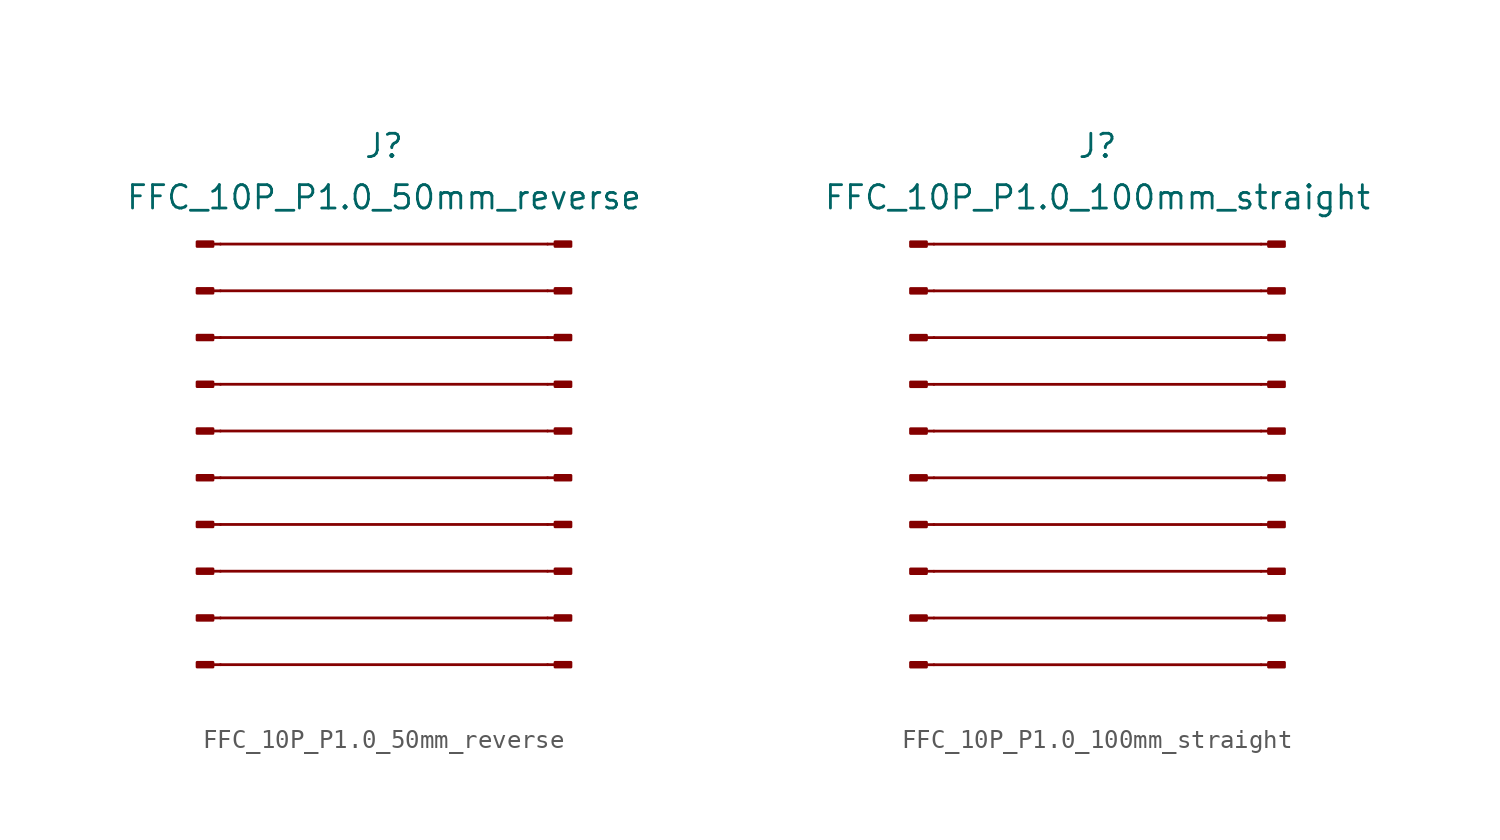
<source format=kicad_sym>
(kicad_symbol_lib
  (version 20231120)
  (generator "kicad_symbol_editor")
  (generator_version "8.0")
  (symbol "FFC_10P_P1.0_50mm_reverse"
    (property "Reference" "J"
      (at 0 2.794 0)
      (effects (font (size 1.27 1.27))))
    (property "Value" "FFC_10P_P1.0_50mm_reverse"
      (at 0 0 0)
      (effects (font (size 1.27 1.27))))
    (symbol "FFC_10P_P1.0_50mm_reverse_0_1"
      (polyline (pts (xy -8.89 -25.4) (xy 8.89 -25.4)) (stroke (width 0) (type default)) (fill (type none)))
      (polyline (pts (xy -8.89 -22.86) (xy 8.89 -22.86)) (stroke (width 0) (type default)) (fill (type none)))
      (polyline (pts (xy -8.89 -20.32) (xy 8.89 -20.32)) (stroke (width 0) (type default)) (fill (type none)))
      (polyline (pts (xy -8.89 -17.78) (xy 8.89 -17.78)) (stroke (width 0) (type default)) (fill (type none)))
      (polyline (pts (xy -8.89 -15.24) (xy 8.89 -15.24)) (stroke (width 0) (type default)) (fill (type none)))
      (polyline (pts (xy -8.89 -12.7) (xy 8.89 -12.7)) (stroke (width 0) (type default)) (fill (type none)))
      (polyline (pts (xy -8.89 -10.16) (xy 8.89 -10.16)) (stroke (width 0) (type default)) (fill (type none)))
      (polyline (pts (xy -8.89 -7.62) (xy 8.89 -7.62)) (stroke (width 0) (type default)) (fill (type none)))
      (polyline (pts (xy -8.89 -5.08) (xy 8.89 -5.08)) (stroke (width 0) (type default)) (fill (type none)))
      (polyline (pts (xy -8.89 -2.54) (xy 8.89 -2.54)) (stroke (width 0) (type default)) (fill (type none))))
    (symbol "FFC_10P_P1.0_50mm_reverse_1_1"
      (rectangle (start -10.16 -25.273) (end -9.296 -25.527) (stroke (width 0.152) (type default)) (fill (type outline)))
      (rectangle (start -10.16 -22.733) (end -9.296 -22.987) (stroke (width 0.152) (type default)) (fill (type outline)))
      (rectangle (start -10.16 -20.193) (end -9.296 -20.447) (stroke (width 0.152) (type default)) (fill (type outline)))
      (rectangle (start -10.16 -17.653) (end -9.296 -17.907) (stroke (width 0.152) (type default)) (fill (type outline)))
      (rectangle (start -10.16 -15.113) (end -9.296 -15.367) (stroke (width 0.152) (type default)) (fill (type outline)))
      (rectangle (start -10.16 -12.573) (end -9.296 -12.827) (stroke (width 0.152) (type default)) (fill (type outline)))
      (rectangle (start -10.16 -10.033) (end -9.296 -10.287) (stroke (width 0.152) (type default)) (fill (type outline)))
      (rectangle (start -10.16 -7.493) (end -9.296 -7.747) (stroke (width 0.152) (type default)) (fill (type outline)))
      (rectangle (start -10.16 -4.953) (end -9.296 -5.207) (stroke (width 0.152) (type default)) (fill (type outline)))
      (rectangle (start -10.16 -2.413) (end -9.296 -2.667) (stroke (width 0.152) (type default)) (fill (type outline)))
      (polyline (pts (xy -8.89 -25.4) (xy -9.296 -25.4)) (stroke (width 0.152) (type default)) (fill (type none)))
      (polyline (pts (xy -8.89 -22.86) (xy -9.296 -22.86)) (stroke (width 0.152) (type default)) (fill (type none)))
      (polyline (pts (xy -8.89 -20.32) (xy -9.296 -20.32)) (stroke (width 0.152) (type default)) (fill (type none)))
      (polyline (pts (xy -8.89 -17.78) (xy -9.296 -17.78)) (stroke (width 0.152) (type default)) (fill (type none)))
      (polyline (pts (xy -8.89 -15.24) (xy -9.296 -15.24)) (stroke (width 0.152) (type default)) (fill (type none)))
      (polyline (pts (xy -8.89 -12.7) (xy -9.296 -12.7)) (stroke (width 0.152) (type default)) (fill (type none)))
      (polyline (pts (xy -8.89 -10.16) (xy -9.296 -10.16)) (stroke (width 0.152) (type default)) (fill (type none)))
      (polyline (pts (xy -8.89 -7.62) (xy -9.296 -7.62)) (stroke (width 0.152) (type default)) (fill (type none)))
      (polyline (pts (xy -8.89 -5.08) (xy -9.296 -5.08)) (stroke (width 0.152) (type default)) (fill (type none)))
      (polyline (pts (xy -8.89 -2.54) (xy -9.296 -2.54)) (stroke (width 0.152) (type default)) (fill (type none)))
      (polyline (pts (xy 8.89 -25.4) (xy 9.296 -25.4)) (stroke (width 0.152) (type default)) (fill (type none)))
      (polyline (pts (xy 8.89 -22.86) (xy 9.296 -22.86)) (stroke (width 0.152) (type default)) (fill (type none)))
      (polyline (pts (xy 8.89 -20.32) (xy 9.296 -20.32)) (stroke (width 0.152) (type default)) (fill (type none)))
      (polyline (pts (xy 8.89 -17.78) (xy 9.296 -17.78)) (stroke (width 0.152) (type default)) (fill (type none)))
      (polyline (pts (xy 8.89 -15.24) (xy 9.296 -15.24)) (stroke (width 0.152) (type default)) (fill (type none)))
      (polyline (pts (xy 8.89 -12.7) (xy 9.296 -12.7)) (stroke (width 0.152) (type default)) (fill (type none)))
      (polyline (pts (xy 8.89 -10.16) (xy 9.296 -10.16)) (stroke (width 0.152) (type default)) (fill (type none)))
      (polyline (pts (xy 8.89 -7.62) (xy 9.296 -7.62)) (stroke (width 0.152) (type default)) (fill (type none)))
      (polyline (pts (xy 8.89 -5.08) (xy 9.296 -5.08)) (stroke (width 0.152) (type default)) (fill (type none)))
      (polyline (pts (xy 8.89 -2.54) (xy 9.296 -2.54)) (stroke (width 0.152) (type default)) (fill (type none)))
      (rectangle (start 9.296 -25.273) (end 10.16 -25.527) (stroke (width 0.152) (type default)) (fill (type outline)))
      (rectangle (start 9.296 -22.733) (end 10.16 -22.987) (stroke (width 0.152) (type default)) (fill (type outline)))
      (rectangle (start 9.296 -20.193) (end 10.16 -20.447) (stroke (width 0.152) (type default)) (fill (type outline)))
      (rectangle (start 9.296 -17.653) (end 10.16 -17.907) (stroke (width 0.152) (type default)) (fill (type outline)))
      (rectangle (start 9.296 -15.113) (end 10.16 -15.367) (stroke (width 0.152) (type default)) (fill (type outline)))
      (rectangle (start 9.296 -12.573) (end 10.16 -12.827) (stroke (width 0.152) (type default)) (fill (type outline)))
      (rectangle (start 9.296 -10.033) (end 10.16 -10.287) (stroke (width 0.152) (type default)) (fill (type outline)))
      (rectangle (start 9.296 -7.493) (end 10.16 -7.747) (stroke (width 0.152) (type default)) (fill (type outline)))
      (rectangle (start 9.296 -4.953) (end 10.16 -5.207) (stroke (width 0.152) (type default)) (fill (type outline)))
      (rectangle (start 9.296 -2.413) (end 10.16 -2.667) (stroke (width 0.152) (type default)) (fill (type outline)))))
  (symbol "FFC_10P_P1.0_100mm_straight"
    (property "Reference" "J"
      (at 0 2.794 0)
      (effects (font (size 1.27 1.27))))
    (property "Value" "FFC_10P_P1.0_100mm_straight"
      (at 0 0 0)
      (effects (font (size 1.27 1.27))))
    (symbol "FFC_10P_P1.0_100mm_straight_0_1"
      (polyline (pts (xy -8.89 -25.4) (xy 8.89 -25.4)) (stroke (width 0) (type default)) (fill (type none)))
      (polyline (pts (xy -8.89 -22.86) (xy 8.89 -22.86)) (stroke (width 0) (type default)) (fill (type none)))
      (polyline (pts (xy -8.89 -20.32) (xy 8.89 -20.32)) (stroke (width 0) (type default)) (fill (type none)))
      (polyline (pts (xy -8.89 -17.78) (xy 8.89 -17.78)) (stroke (width 0) (type default)) (fill (type none)))
      (polyline (pts (xy -8.89 -15.24) (xy 8.89 -15.24)) (stroke (width 0) (type default)) (fill (type none)))
      (polyline (pts (xy -8.89 -12.7) (xy 8.89 -12.7)) (stroke (width 0) (type default)) (fill (type none)))
      (polyline (pts (xy -8.89 -10.16) (xy 8.89 -10.16)) (stroke (width 0) (type default)) (fill (type none)))
      (polyline (pts (xy -8.89 -7.62) (xy 8.89 -7.62)) (stroke (width 0) (type default)) (fill (type none)))
      (polyline (pts (xy -8.89 -5.08) (xy 8.89 -5.08)) (stroke (width 0) (type default)) (fill (type none)))
      (polyline (pts (xy -8.89 -2.54) (xy 8.89 -2.54)) (stroke (width 0) (type default)) (fill (type none))))
    (symbol "FFC_10P_P1.0_100mm_straight_1_1"
      (rectangle (start -10.16 -25.273) (end -9.296 -25.527) (stroke (width 0.152) (type default)) (fill (type outline)))
      (rectangle (start -10.16 -22.733) (end -9.296 -22.987) (stroke (width 0.152) (type default)) (fill (type outline)))
      (rectangle (start -10.16 -20.193) (end -9.296 -20.447) (stroke (width 0.152) (type default)) (fill (type outline)))
      (rectangle (start -10.16 -17.653) (end -9.296 -17.907) (stroke (width 0.152) (type default)) (fill (type outline)))
      (rectangle (start -10.16 -15.113) (end -9.296 -15.367) (stroke (width 0.152) (type default)) (fill (type outline)))
      (rectangle (start -10.16 -12.573) (end -9.296 -12.827) (stroke (width 0.152) (type default)) (fill (type outline)))
      (rectangle (start -10.16 -10.033) (end -9.296 -10.287) (stroke (width 0.152) (type default)) (fill (type outline)))
      (rectangle (start -10.16 -7.493) (end -9.296 -7.747) (stroke (width 0.152) (type default)) (fill (type outline)))
      (rectangle (start -10.16 -4.953) (end -9.296 -5.207) (stroke (width 0.152) (type default)) (fill (type outline)))
      (rectangle (start -10.16 -2.413) (end -9.296 -2.667) (stroke (width 0.152) (type default)) (fill (type outline)))
      (polyline (pts (xy -8.89 -25.4) (xy -9.296 -25.4)) (stroke (width 0.152) (type default)) (fill (type none)))
      (polyline (pts (xy -8.89 -22.86) (xy -9.296 -22.86)) (stroke (width 0.152) (type default)) (fill (type none)))
      (polyline (pts (xy -8.89 -20.32) (xy -9.296 -20.32)) (stroke (width 0.152) (type default)) (fill (type none)))
      (polyline (pts (xy -8.89 -17.78) (xy -9.296 -17.78)) (stroke (width 0.152) (type default)) (fill (type none)))
      (polyline (pts (xy -8.89 -15.24) (xy -9.296 -15.24)) (stroke (width 0.152) (type default)) (fill (type none)))
      (polyline (pts (xy -8.89 -12.7) (xy -9.296 -12.7)) (stroke (width 0.152) (type default)) (fill (type none)))
      (polyline (pts (xy -8.89 -10.16) (xy -9.296 -10.16)) (stroke (width 0.152) (type default)) (fill (type none)))
      (polyline (pts (xy -8.89 -7.62) (xy -9.296 -7.62)) (stroke (width 0.152) (type default)) (fill (type none)))
      (polyline (pts (xy -8.89 -5.08) (xy -9.296 -5.08)) (stroke (width 0.152) (type default)) (fill (type none)))
      (polyline (pts (xy -8.89 -2.54) (xy -9.296 -2.54)) (stroke (width 0.152) (type default)) (fill (type none)))
      (polyline (pts (xy 8.89 -25.4) (xy 9.296 -25.4)) (stroke (width 0.152) (type default)) (fill (type none)))
      (polyline (pts (xy 8.89 -22.86) (xy 9.296 -22.86)) (stroke (width 0.152) (type default)) (fill (type none)))
      (polyline (pts (xy 8.89 -20.32) (xy 9.296 -20.32)) (stroke (width 0.152) (type default)) (fill (type none)))
      (polyline (pts (xy 8.89 -17.78) (xy 9.296 -17.78)) (stroke (width 0.152) (type default)) (fill (type none)))
      (polyline (pts (xy 8.89 -15.24) (xy 9.296 -15.24)) (stroke (width 0.152) (type default)) (fill (type none)))
      (polyline (pts (xy 8.89 -12.7) (xy 9.296 -12.7)) (stroke (width 0.152) (type default)) (fill (type none)))
      (polyline (pts (xy 8.89 -10.16) (xy 9.296 -10.16)) (stroke (width 0.152) (type default)) (fill (type none)))
      (polyline (pts (xy 8.89 -7.62) (xy 9.296 -7.62)) (stroke (width 0.152) (type default)) (fill (type none)))
      (polyline (pts (xy 8.89 -5.08) (xy 9.296 -5.08)) (stroke (width 0.152) (type default)) (fill (type none)))
      (polyline (pts (xy 8.89 -2.54) (xy 9.296 -2.54)) (stroke (width 0.152) (type default)) (fill (type none)))
      (rectangle (start 9.296 -25.273) (end 10.16 -25.527) (stroke (width 0.152) (type default)) (fill (type outline)))
      (rectangle (start 9.296 -22.733) (end 10.16 -22.987) (stroke (width 0.152) (type default)) (fill (type outline)))
      (rectangle (start 9.296 -20.193) (end 10.16 -20.447) (stroke (width 0.152) (type default)) (fill (type outline)))
      (rectangle (start 9.296 -17.653) (end 10.16 -17.907) (stroke (width 0.152) (type default)) (fill (type outline)))
      (rectangle (start 9.296 -15.113) (end 10.16 -15.367) (stroke (width 0.152) (type default)) (fill (type outline)))
      (rectangle (start 9.296 -12.573) (end 10.16 -12.827) (stroke (width 0.152) (type default)) (fill (type outline)))
      (rectangle (start 9.296 -10.033) (end 10.16 -10.287) (stroke (width 0.152) (type default)) (fill (type outline)))
      (rectangle (start 9.296 -7.493) (end 10.16 -7.747) (stroke (width 0.152) (type default)) (fill (type outline)))
      (rectangle (start 9.296 -4.953) (end 10.16 -5.207) (stroke (width 0.152) (type default)) (fill (type outline)))
      (rectangle (start 9.296 -2.413) (end 10.16 -2.667) (stroke (width 0.152) (type default)) (fill (type outline))))))
</source>
